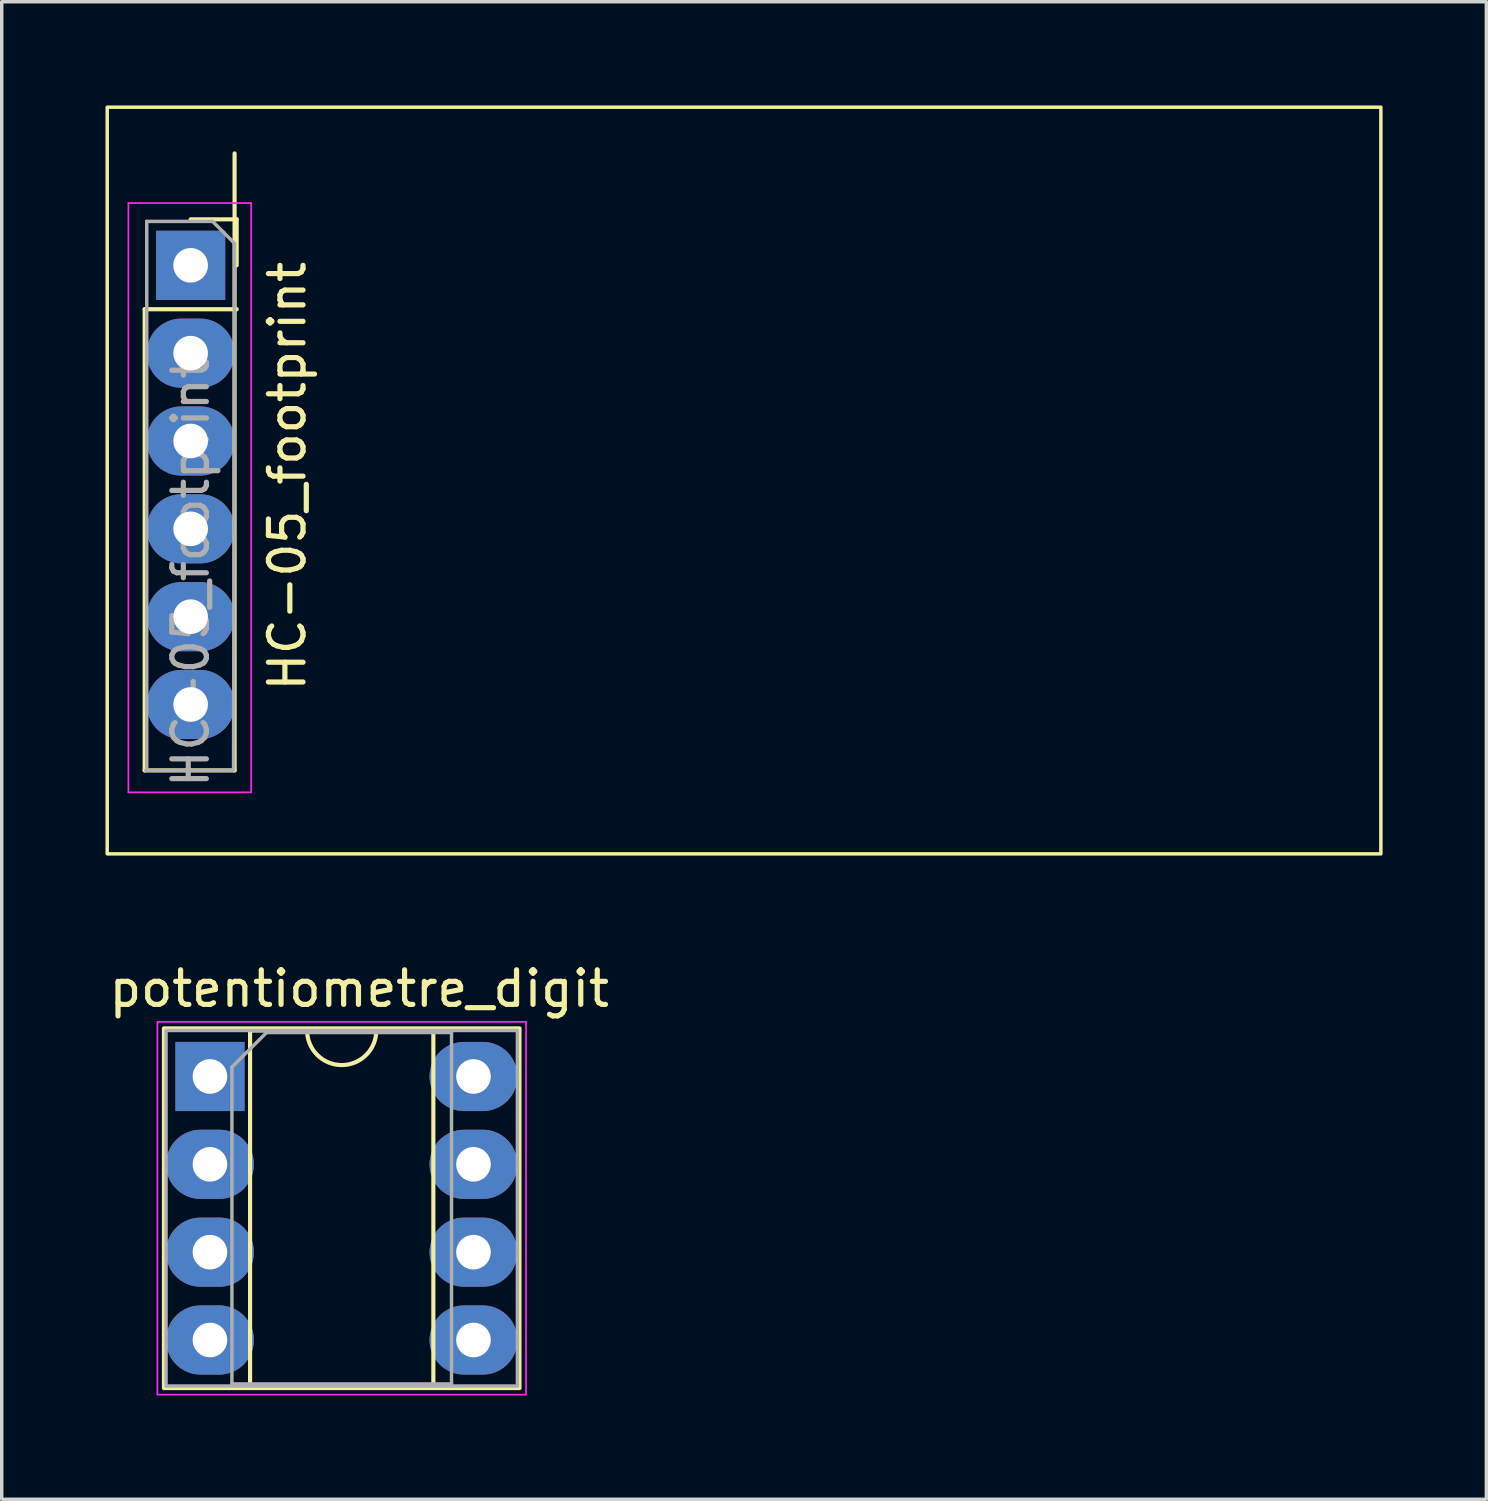
<source format=kicad_pcb>
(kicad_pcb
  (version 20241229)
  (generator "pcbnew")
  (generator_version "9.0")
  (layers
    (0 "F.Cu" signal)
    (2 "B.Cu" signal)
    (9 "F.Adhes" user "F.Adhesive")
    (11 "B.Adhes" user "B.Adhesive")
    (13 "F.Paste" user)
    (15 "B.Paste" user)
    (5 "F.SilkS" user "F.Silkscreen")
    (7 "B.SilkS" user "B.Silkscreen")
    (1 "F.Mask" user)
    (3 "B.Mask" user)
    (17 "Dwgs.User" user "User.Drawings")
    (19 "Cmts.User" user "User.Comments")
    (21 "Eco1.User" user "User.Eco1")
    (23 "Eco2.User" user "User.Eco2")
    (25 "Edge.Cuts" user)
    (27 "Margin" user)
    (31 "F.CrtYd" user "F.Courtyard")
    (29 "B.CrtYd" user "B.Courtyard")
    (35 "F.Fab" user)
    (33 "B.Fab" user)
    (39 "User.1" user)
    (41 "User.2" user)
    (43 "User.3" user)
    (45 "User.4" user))
  (footprint "HC-05_footprint"
    (layer "F.Cu")
    (at 2.463 4.622)
    (property "Reference" "HC-05_footprint" (at 2.794 6.096 90) (layer "F.SilkS") (effects (font (size 1 1) (thickness 0.15))))
    (attr through_hole)
    (fp_line (start -1.33 1.27) (end -1.33 14.605) (stroke (width 0.12) (type solid)) (layer "F.SilkS"))
    (fp_line (start -1.33 1.27) (end 1.33 1.27) (stroke (width 0.12) (type solid)) (layer "F.SilkS"))
    (fp_line (start -1.33 14.605) (end 1.27 14.605) (stroke (width 0.12) (type solid)) (layer "F.SilkS"))
    (fp_line (start 0 -1.33) (end 1.33 -1.33) (stroke (width 0.12) (type solid)) (layer "F.SilkS"))
    (fp_line (start 1.27 -3.235) (end 1.27 14.605) (stroke (width 0.12) (type solid)) (layer "F.SilkS"))
    (fp_line (start 1.33 -1.33) (end 1.33 0) (stroke (width 0.12) (type solid)) (layer "F.SilkS"))
    (fp_rect (start -2.413 -4.572) (end 34.417 17.018) (stroke (width 0.1) (type default)) (fill no) (layer "F.SilkS"))
    (fp_line (start -1.8 -1.8) (end 1.75 -1.8) (stroke (width 0.05) (type solid)) (layer "F.CrtYd"))
    (fp_line (start -1.8 15.24) (end -1.8 -1.8) (stroke (width 0.05) (type solid)) (layer "F.CrtYd"))
    (fp_line (start 1.75 -1.8) (end 1.75 15.24) (stroke (width 0.05) (type solid)) (layer "F.CrtYd"))
    (fp_line (start 1.75 15.24) (end -1.8 15.24) (stroke (width 0.05) (type solid)) (layer "F.CrtYd"))
    (fp_line (start -1.27 -1.27) (end 0.635 -1.27) (stroke (width 0.1) (type solid)) (layer "F.Fab"))
    (fp_line (start -1.27 14.605) (end -1.27 -1.27) (stroke (width 0.1) (type solid)) (layer "F.Fab"))
    (fp_line (start 0.635 -1.27) (end 1.27 -0.635) (stroke (width 0.1) (type solid)) (layer "F.Fab"))
    (fp_line (start 1.24 14.605) (end -1.3 14.605) (stroke (width 0.1) (type solid)) (layer "F.Fab"))
    (fp_line (start 1.27 -0.635) (end 1.24 14.605) (stroke (width 0.1) (type solid)) (layer "F.Fab"))
    (fp_text user "${REFERENCE}" (at 0 8.89 90) (layer "F.Fab") (effects (font (size 1 1) (thickness 0.15))))
    (pad "1" thru_hole rect (at 0 0) (size 2 2) (drill 1) (layers "*.Cu" "*.Mask"))
    (pad "2" thru_hole oval (at 0 2.54) (size 2.54 2) (drill 1) (layers "*.Cu" "*.Mask"))
    (pad "3" thru_hole oval (at 0 5.08) (size 2.54 2) (drill 1) (layers "*.Cu" "*.Mask"))
    (pad "4" thru_hole oval (at 0 7.62) (size 2.54 2) (drill 1) (layers "*.Cu" "*.Mask"))
    (pad "5" thru_hole oval (at 0 10.16) (size 2.54 2) (drill 1) (layers "*.Cu" "*.Mask"))
    (pad "6" thru_hole oval (at 0 12.7) (size 2.54 2) (drill 1) (layers "*.Cu" "*.Mask")))
  (footprint "potentiometre_digit"
    (layer "F.Cu")
    (at 3.021 28.078)
    (property "Reference" "potentiometre_digit" (at 4.318 -2.54 0) (layer "F.SilkS") (effects (font (size 1 1) (thickness 0.15))))
    (attr through_hole)
    (fp_line (start 1.16 -1.33) (end 1.16 8.95) (stroke (width 0.12) (type solid)) (layer "F.SilkS"))
    (fp_line (start 1.16 8.95) (end 6.46 8.95) (stroke (width 0.12) (type solid)) (layer "F.SilkS"))
    (fp_line (start 2.81 -1.33) (end 1.16 -1.33) (stroke (width 0.12) (type solid)) (layer "F.SilkS"))
    (fp_line (start 6.46 -1.33) (end 4.81 -1.33) (stroke (width 0.12) (type solid)) (layer "F.SilkS"))
    (fp_line (start 6.46 8.95) (end 6.46 -1.33) (stroke (width 0.12) (type solid)) (layer "F.SilkS"))
    (fp_rect (start -1.33 -1.39) (end 8.95 9.01) (stroke (width 0.12) (type solid)) (fill no) (layer "F.SilkS"))
    (fp_arc (start 4.81 -1.33) (mid 3.81 -0.33) (end 2.81 -1.33) (stroke (width 0.12) (type solid)) (layer "F.SilkS"))
    (fp_rect (start -1.52 -1.58) (end 9.14 9.2) (stroke (width 0.05) (type solid)) (fill no) (layer "F.CrtYd"))
    (fp_line (start 0.635 -0.27) (end 1.635 -1.27) (stroke (width 0.1) (type solid)) (layer "F.Fab"))
    (fp_line (start 0.635 8.89) (end 0.635 -0.27) (stroke (width 0.1) (type solid)) (layer "F.Fab"))
    (fp_line (start 1.635 -1.27) (end 6.985 -1.27) (stroke (width 0.1) (type solid)) (layer "F.Fab"))
    (fp_line (start 6.985 -1.27) (end 6.985 8.89) (stroke (width 0.1) (type solid)) (layer "F.Fab"))
    (fp_line (start 6.985 8.89) (end 0.635 8.89) (stroke (width 0.1) (type solid)) (layer "F.Fab"))
    (fp_rect (start -1.27 -1.33) (end 8.89 8.95) (stroke (width 0.1) (type solid)) (fill no) (layer "F.Fab"))
    (pad "1" thru_hole rect (at 0 0) (size 2 2) (drill 1) (layers "*.Cu" "*.Mask"))
    (pad "2" thru_hole oval (at 0 2.54) (size 2.54 2) (drill 1) (layers "*.Cu" "*.Mask"))
    (pad "3" thru_hole oval (at 0 5.08) (size 2.54 2) (drill 1) (layers "*.Cu" "*.Mask"))
    (pad "4" thru_hole oval (at 0 7.62) (size 2.54 2) (drill 1) (layers "*.Cu" "*.Mask"))
    (pad "5" thru_hole oval (at 7.62 7.62) (size 2.54 2) (drill 1) (layers "*.Cu" "*.Mask"))
    (pad "6" thru_hole oval (at 7.62 5.08) (size 2.54 2) (drill 1) (layers "*.Cu" "*.Mask"))
    (pad "7" thru_hole oval (at 7.62 2.54) (size 2.54 2) (drill 1) (layers "*.Cu" "*.Mask"))
    (pad "8" thru_hole oval (at 7.62 0) (size 2.54 2) (drill 1) (layers "*.Cu" "*.Mask")))
  (gr_rect
    (start -3 -3)
    (end 39.93 40.303)
    (stroke (width 0.1) (type default))
    (fill no)
    (layer "Edge.Cuts")))
</source>
